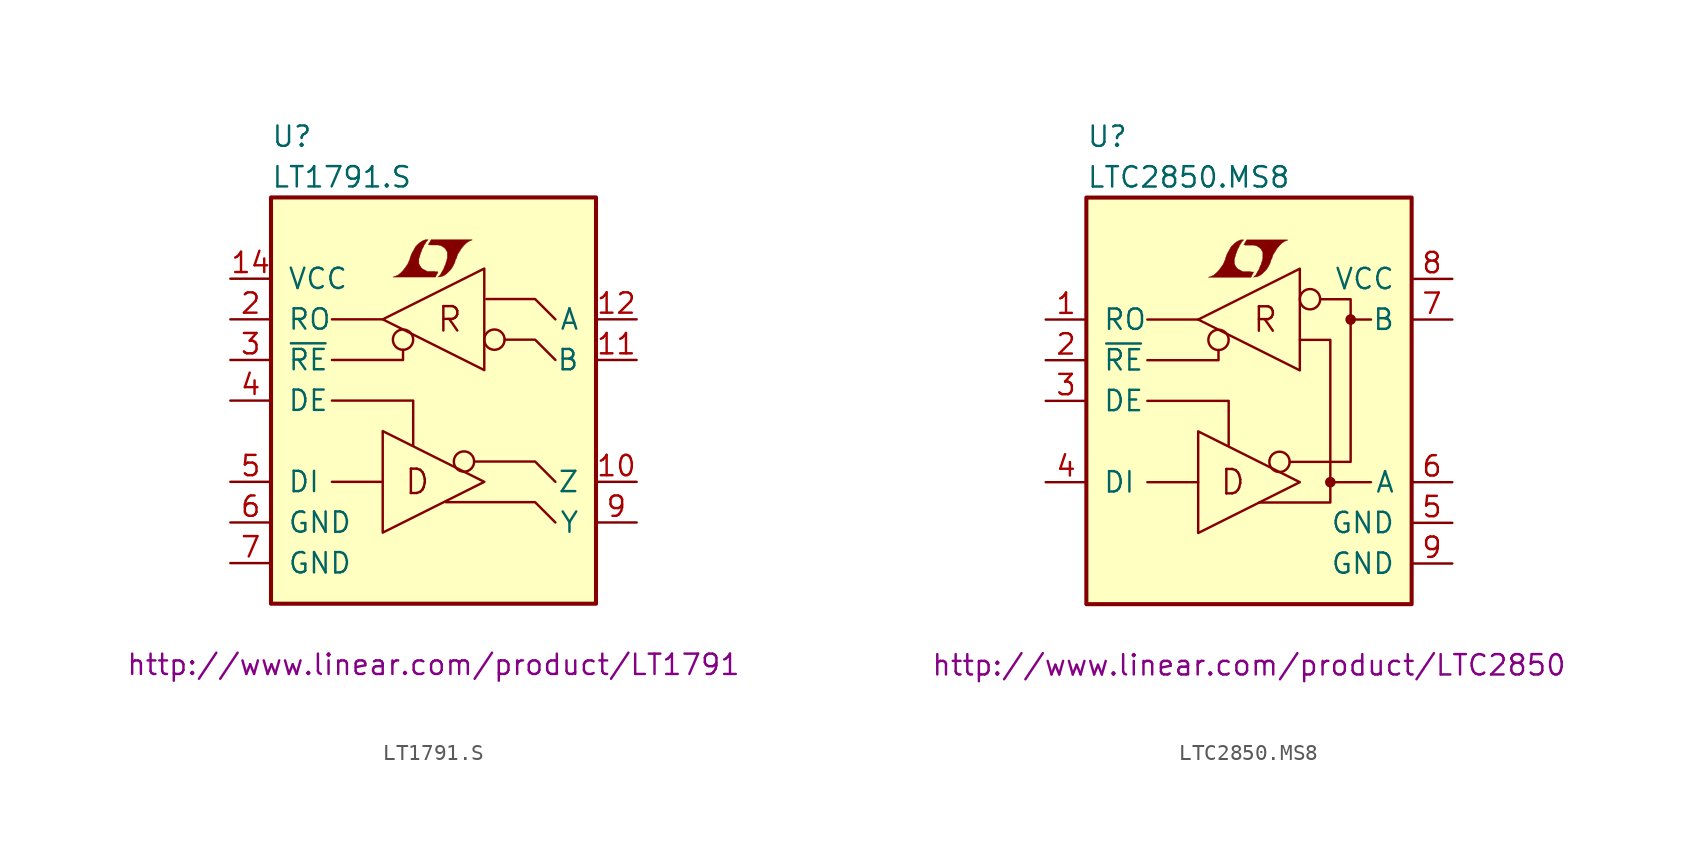
<source format=kicad_sym>
(kicad_symbol_lib
  (version 20201005)
  (generator kicad_symbol_editor)
  (symbol "LT1791.S"
    (pin_names
      (offset 1.016))
    (property "Reference" "U"
      (at -10.16 16.51 0)
      (effects (font (size 1.27 1.27)) (justify left)))
    (property "Value" "LT1791.S"
      (at -10.16 13.97 0)
      (effects (font (size 1.27 1.27)) (justify left)))
    (property "Datasheet" "http://www.linear.com/product/LT1791"
      (at 0 -16.51 0)
      (effects (font (size 1.27 1.27))))
    (symbol "LT1791.S_0_0"
      (text "D" (at -1.016 -5.08 0) (effects (font (size 1.524 1.524))))
      (text "R" (at 1.016 5.08 0) (effects (font (size 1.524 1.524))))
      (polyline (pts (xy 0.203 7.899) (xy 0.229 7.925) (xy 0.279 8.026) (xy 0.279 8.052) (xy 0.152 8.052) (xy 0.051 8.077) (xy -0.406 8.077) (xy -0.432 8.103) (xy -0.686 8.23) (xy -0.787 8.331) (xy -0.864 8.458) (xy -0.914 8.56) (xy -0.914 8.865) (xy -0.864 9.017) (xy -0.838 9.119) (xy -0.813 9.195) (xy -0.762 9.322) (xy -0.711 9.474) (xy -0.635 9.601) (xy -0.584 9.728) (xy -0.508 9.83) (xy -0.457 9.931) (xy -0.33 10.058) (xy -0.508 10.058) (xy -0.635 10.008) (xy -0.737 9.957) (xy -0.813 9.906) (xy -0.94 9.804) (xy -1.118 9.627) (xy -1.372 9.169) (xy -1.473 8.89) (xy -1.473 8.839) (xy -1.524 8.738) (xy -1.575 8.611) (xy -1.626 8.509) (xy -1.753 8.331) (xy -1.905 8.128) (xy -2.057 7.976) (xy -2.21 7.849) (xy -2.388 7.772) (xy -2.54 7.722) (xy 0.127 7.722) (xy 0.203 7.899)) (stroke (width 0.025)) (fill (type outline)))
      (polyline (pts (xy 0.406 7.747) (xy 0.483 7.747) (xy 0.66 7.823) (xy 0.813 7.925) (xy 1.092 8.204) (xy 1.219 8.407) (xy 1.321 8.611) (xy 1.397 8.865) (xy 1.422 8.865) (xy 1.499 9.119) (xy 1.753 9.525) (xy 1.905 9.703) (xy 2.057 9.855) (xy 2.21 9.957) (xy 2.388 10.033) (xy 2.413 10.033) (xy 2.413 10.058) (xy -0.152 10.058) (xy -0.229 9.906) (xy -0.254 9.881) (xy -0.305 9.779) (xy -0.33 9.754) (xy -0.279 9.754) (xy -0.229 9.728) (xy 0.305 9.728) (xy 0.356 9.703) (xy 0.406 9.703) (xy 0.483 9.677) (xy 0.61 9.601) (xy 0.737 9.5) (xy 0.813 9.373) (xy 0.838 9.322) (xy 0.864 9.296) (xy 0.864 8.89) (xy 0.838 8.839) (xy 0.838 8.763) (xy 0.787 8.661) (xy 0.762 8.534) (xy 0.686 8.382) (xy 0.635 8.23) (xy 0.483 7.976) (xy 0.432 7.874) (xy 0.279 7.722) (xy 0.406 7.747)) (stroke (width 0.025)) (fill (type outline))))
    (symbol "LT1791.S_0_1"
      (circle (center -1.905 3.81) (radius 0.635) (stroke (width 0)) (fill (type none)))
      (circle (center 1.905 -3.81) (radius 0.635) (stroke (width 0)) (fill (type none)))
      (circle (center 3.81 3.81) (radius 0.635) (stroke (width 0)) (fill (type none)))
      (rectangle (start -10.16 12.7) (end 10.16 -12.7) (stroke (width 0.254)) (fill (type background)))
      (polyline (pts (xy -3.175 -5.08) (xy -6.35 -5.08)) (stroke (width 0)) (fill (type none)))
      (polyline (pts (xy -3.175 5.08) (xy -6.35 5.08)) (stroke (width 0)) (fill (type none)))
      (polyline (pts (xy -6.35 0) (xy -1.27 0) (xy -1.27 -2.794)) (stroke (width 0)) (fill (type none)))
      (polyline (pts (xy -1.905 3.175) (xy -1.905 2.54) (xy -6.35 2.54)) (stroke (width 0)) (fill (type none)))
      (polyline (pts (xy 0.762 -6.35) (xy 6.35 -6.35) (xy 7.62 -7.62)) (stroke (width 0)) (fill (type none)))
      (polyline (pts (xy 2.54 -3.81) (xy 6.35 -3.81) (xy 7.62 -5.08)) (stroke (width 0)) (fill (type none)))
      (polyline (pts (xy 3.302 6.35) (xy 6.35 6.35) (xy 7.62 5.08)) (stroke (width 0)) (fill (type none)))
      (polyline (pts (xy 4.445 3.81) (xy 6.35 3.81) (xy 7.62 2.54)) (stroke (width 0)) (fill (type none)))
      (polyline (pts (xy -3.175 -1.905) (xy -3.175 -8.255) (xy 3.175 -5.08) (xy -3.175 -1.905)) (stroke (width 0)) (fill (type none)))
      (polyline (pts (xy -3.175 5.08) (xy 3.175 1.905) (xy 3.175 8.255) (xy -3.175 5.08)) (stroke (width 0)) (fill (type none))))
    (symbol "LT1791.S_1_1"
      (pin unconnected line (at 12.7 0 180) (length 2.54) hide (name "NC" (effects (font (size 1.27 1.27)))) (number "1" (effects (font (size 1.27 1.27)))))
      (pin passive line (at 12.7 -5.08 180) (length 2.54) (name "Z" (effects (font (size 1.27 1.27)))) (number "10" (effects (font (size 1.27 1.27)))))
      (pin passive line (at 12.7 2.54 180) (length 2.54) (name "B" (effects (font (size 1.27 1.27)))) (number "11" (effects (font (size 1.27 1.27)))))
      (pin passive line (at 12.7 5.08 180) (length 2.54) (name "A" (effects (font (size 1.27 1.27)))) (number "12" (effects (font (size 1.27 1.27)))))
      (pin unconnected line (at 12.7 -2.54 180) (length 2.54) hide (name "NC" (effects (font (size 1.27 1.27)))) (number "13" (effects (font (size 1.27 1.27)))))
      (pin power_in line (at -12.7 7.62 0) (length 2.54) (name "VCC" (effects (font (size 1.27 1.27)))) (number "14" (effects (font (size 1.27 1.27)))))
      (pin tri_state line (at -12.7 5.08 0) (length 2.54) (name "RO" (effects (font (size 1.27 1.27)))) (number "2" (effects (font (size 1.27 1.27)))))
      (pin input line (at -12.7 2.54 0) (length 2.54) (name "~RE~" (effects (font (size 1.27 1.27)))) (number "3" (effects (font (size 1.27 1.27)))))
      (pin input line (at -12.7 0 0) (length 2.54) (name "DE" (effects (font (size 1.27 1.27)))) (number "4" (effects (font (size 1.27 1.27)))))
      (pin input line (at -12.7 -5.08 0) (length 2.54) (name "DI" (effects (font (size 1.27 1.27)))) (number "5" (effects (font (size 1.27 1.27)))))
      (pin power_in line (at -12.7 -7.62 0) (length 2.54) (name "GND" (effects (font (size 1.27 1.27)))) (number "6" (effects (font (size 1.27 1.27)))))
      (pin power_in line (at -12.7 -10.16 0) (length 2.54) (name "GND" (effects (font (size 1.27 1.27)))) (number "7" (effects (font (size 1.27 1.27)))))
      (pin unconnected line (at 12.7 -10.16 180) (length 2.54) hide (name "NC" (effects (font (size 1.27 1.27)))) (number "8" (effects (font (size 1.27 1.27)))))
      (pin passive line (at 12.7 -7.62 180) (length 2.54) (name "Y" (effects (font (size 1.27 1.27)))) (number "9" (effects (font (size 1.27 1.27)))))))
  (symbol "LTC2850.MS8"
    (pin_names
      (offset 1.016))
    (property "Reference" "U"
      (at -10.16 16.51 0)
      (effects (font (size 1.27 1.27)) (justify left)))
    (property "Value" "LTC2850.MS8"
      (at -10.16 13.97 0)
      (effects (font (size 1.27 1.27)) (justify left)))
    (property "Datasheet" "http://www.linear.com/product/LTC2850"
      (at 0 -16.51 0)
      (effects (font (size 1.27 1.27))))
    (symbol "LTC2850.MS8_0_0"
      (text "D" (at -1.016 -5.08 0) (effects (font (size 1.524 1.524))))
      (text "R" (at 1.016 5.08 0) (effects (font (size 1.524 1.524))))
      (polyline (pts (xy 0.203 7.899) (xy 0.229 7.925) (xy 0.279 8.026) (xy 0.279 8.052) (xy 0.152 8.052) (xy 0.051 8.077) (xy -0.406 8.077) (xy -0.432 8.103) (xy -0.686 8.23) (xy -0.787 8.331) (xy -0.864 8.458) (xy -0.914 8.56) (xy -0.914 8.865) (xy -0.864 9.017) (xy -0.838 9.119) (xy -0.813 9.195) (xy -0.762 9.322) (xy -0.711 9.474) (xy -0.635 9.601) (xy -0.584 9.728) (xy -0.508 9.83) (xy -0.457 9.931) (xy -0.33 10.058) (xy -0.508 10.058) (xy -0.635 10.008) (xy -0.737 9.957) (xy -0.813 9.906) (xy -0.94 9.804) (xy -1.118 9.627) (xy -1.372 9.169) (xy -1.473 8.89) (xy -1.473 8.839) (xy -1.524 8.738) (xy -1.575 8.611) (xy -1.626 8.509) (xy -1.753 8.331) (xy -1.905 8.128) (xy -2.057 7.976) (xy -2.21 7.849) (xy -2.388 7.772) (xy -2.54 7.722) (xy 0.127 7.722) (xy 0.203 7.899)) (stroke (width 0.025)) (fill (type outline)))
      (polyline (pts (xy 0.406 7.747) (xy 0.483 7.747) (xy 0.66 7.823) (xy 0.813 7.925) (xy 1.092 8.204) (xy 1.219 8.407) (xy 1.321 8.611) (xy 1.397 8.865) (xy 1.422 8.865) (xy 1.499 9.119) (xy 1.753 9.525) (xy 1.905 9.703) (xy 2.057 9.855) (xy 2.21 9.957) (xy 2.388 10.033) (xy 2.413 10.033) (xy 2.413 10.058) (xy -0.152 10.058) (xy -0.229 9.906) (xy -0.254 9.881) (xy -0.305 9.779) (xy -0.33 9.754) (xy -0.279 9.754) (xy -0.229 9.728) (xy 0.305 9.728) (xy 0.356 9.703) (xy 0.406 9.703) (xy 0.483 9.677) (xy 0.61 9.601) (xy 0.737 9.5) (xy 0.813 9.373) (xy 0.838 9.322) (xy 0.864 9.296) (xy 0.864 8.89) (xy 0.838 8.839) (xy 0.838 8.763) (xy 0.787 8.661) (xy 0.762 8.534) (xy 0.686 8.382) (xy 0.635 8.23) (xy 0.483 7.976) (xy 0.432 7.874) (xy 0.279 7.722) (xy 0.406 7.747)) (stroke (width 0.025)) (fill (type outline))))
    (symbol "LTC2850.MS8_0_1"
      (circle (center -1.905 3.81) (radius 0.635) (stroke (width 0)) (fill (type none)))
      (circle (center 1.905 -3.81) (radius 0.635) (stroke (width 0)) (fill (type none)))
      (circle (center 3.81 6.35) (radius 0.635) (stroke (width 0)) (fill (type none)))
      (circle (center 5.08 -5.08) (radius 0.254) (stroke (width 0)) (fill (type outline)))
      (circle (center 6.35 5.08) (radius 0.254) (stroke (width 0)) (fill (type outline)))
      (rectangle (start -10.16 12.7) (end 10.16 -12.7) (stroke (width 0.254)) (fill (type background)))
      (polyline (pts (xy -3.175 -5.08) (xy -6.35 -5.08)) (stroke (width 0)) (fill (type none)))
      (polyline (pts (xy -3.175 5.08) (xy -6.35 5.08)) (stroke (width 0)) (fill (type none)))
      (polyline (pts (xy 7.62 -5.08) (xy 5.08 -5.08)) (stroke (width 0)) (fill (type none)))
      (polyline (pts (xy 7.62 5.08) (xy 6.35 5.08)) (stroke (width 0)) (fill (type none)))
      (polyline (pts (xy -6.35 0) (xy -1.27 0) (xy -1.27 -2.794)) (stroke (width 0)) (fill (type none)))
      (polyline (pts (xy -1.905 3.175) (xy -1.905 2.54) (xy -6.35 2.54)) (stroke (width 0)) (fill (type none)))
      (polyline (pts (xy -3.175 -1.905) (xy -3.175 -8.255) (xy 3.175 -5.08) (xy -3.175 -1.905)) (stroke (width 0)) (fill (type none)))
      (polyline (pts (xy -3.175 5.08) (xy 3.175 1.905) (xy 3.175 8.255) (xy -3.175 5.08)) (stroke (width 0)) (fill (type none)))
      (polyline (pts (xy 0.635 -6.35) (xy 5.08 -6.35) (xy 5.08 3.81) (xy 3.175 3.81)) (stroke (width 0)) (fill (type none)))
      (polyline (pts (xy 4.445 6.35) (xy 6.35 6.35) (xy 6.35 -1.27) (xy 6.35 -3.81) (xy 2.54 -3.81)) (stroke (width 0)) (fill (type none))))
    (symbol "LTC2850.MS8_1_1"
      (pin tri_state line (at -12.7 5.08 0) (length 2.54) (name "RO" (effects (font (size 1.27 1.27)))) (number "1" (effects (font (size 1.27 1.27)))))
      (pin input line (at -12.7 2.54 0) (length 2.54) (name "~RE~" (effects (font (size 1.27 1.27)))) (number "2" (effects (font (size 1.27 1.27)))))
      (pin input line (at -12.7 0 0) (length 2.54) (name "DE" (effects (font (size 1.27 1.27)))) (number "3" (effects (font (size 1.27 1.27)))))
      (pin passive line (at -12.7 -5.08 0) (length 2.54) (name "DI" (effects (font (size 1.27 1.27)))) (number "4" (effects (font (size 1.27 1.27)))))
      (pin power_in line (at 12.7 -7.62 180) (length 2.54) (name "GND" (effects (font (size 1.27 1.27)))) (number "5" (effects (font (size 1.27 1.27)))))
      (pin passive line (at 12.7 -5.08 180) (length 2.54) (name "A" (effects (font (size 1.27 1.27)))) (number "6" (effects (font (size 1.27 1.27)))))
      (pin passive line (at 12.7 5.08 180) (length 2.54) (name "B" (effects (font (size 1.27 1.27)))) (number "7" (effects (font (size 1.27 1.27)))))
      (pin power_in line (at 12.7 7.62 180) (length 2.54) (name "VCC" (effects (font (size 1.27 1.27)))) (number "8" (effects (font (size 1.27 1.27)))))
      (pin power_in line (at 12.7 -10.16 180) (length 2.54) (name "GND" (effects (font (size 1.27 1.27)))) (number "9" (effects (font (size 1.27 1.27))))))))
</source>
